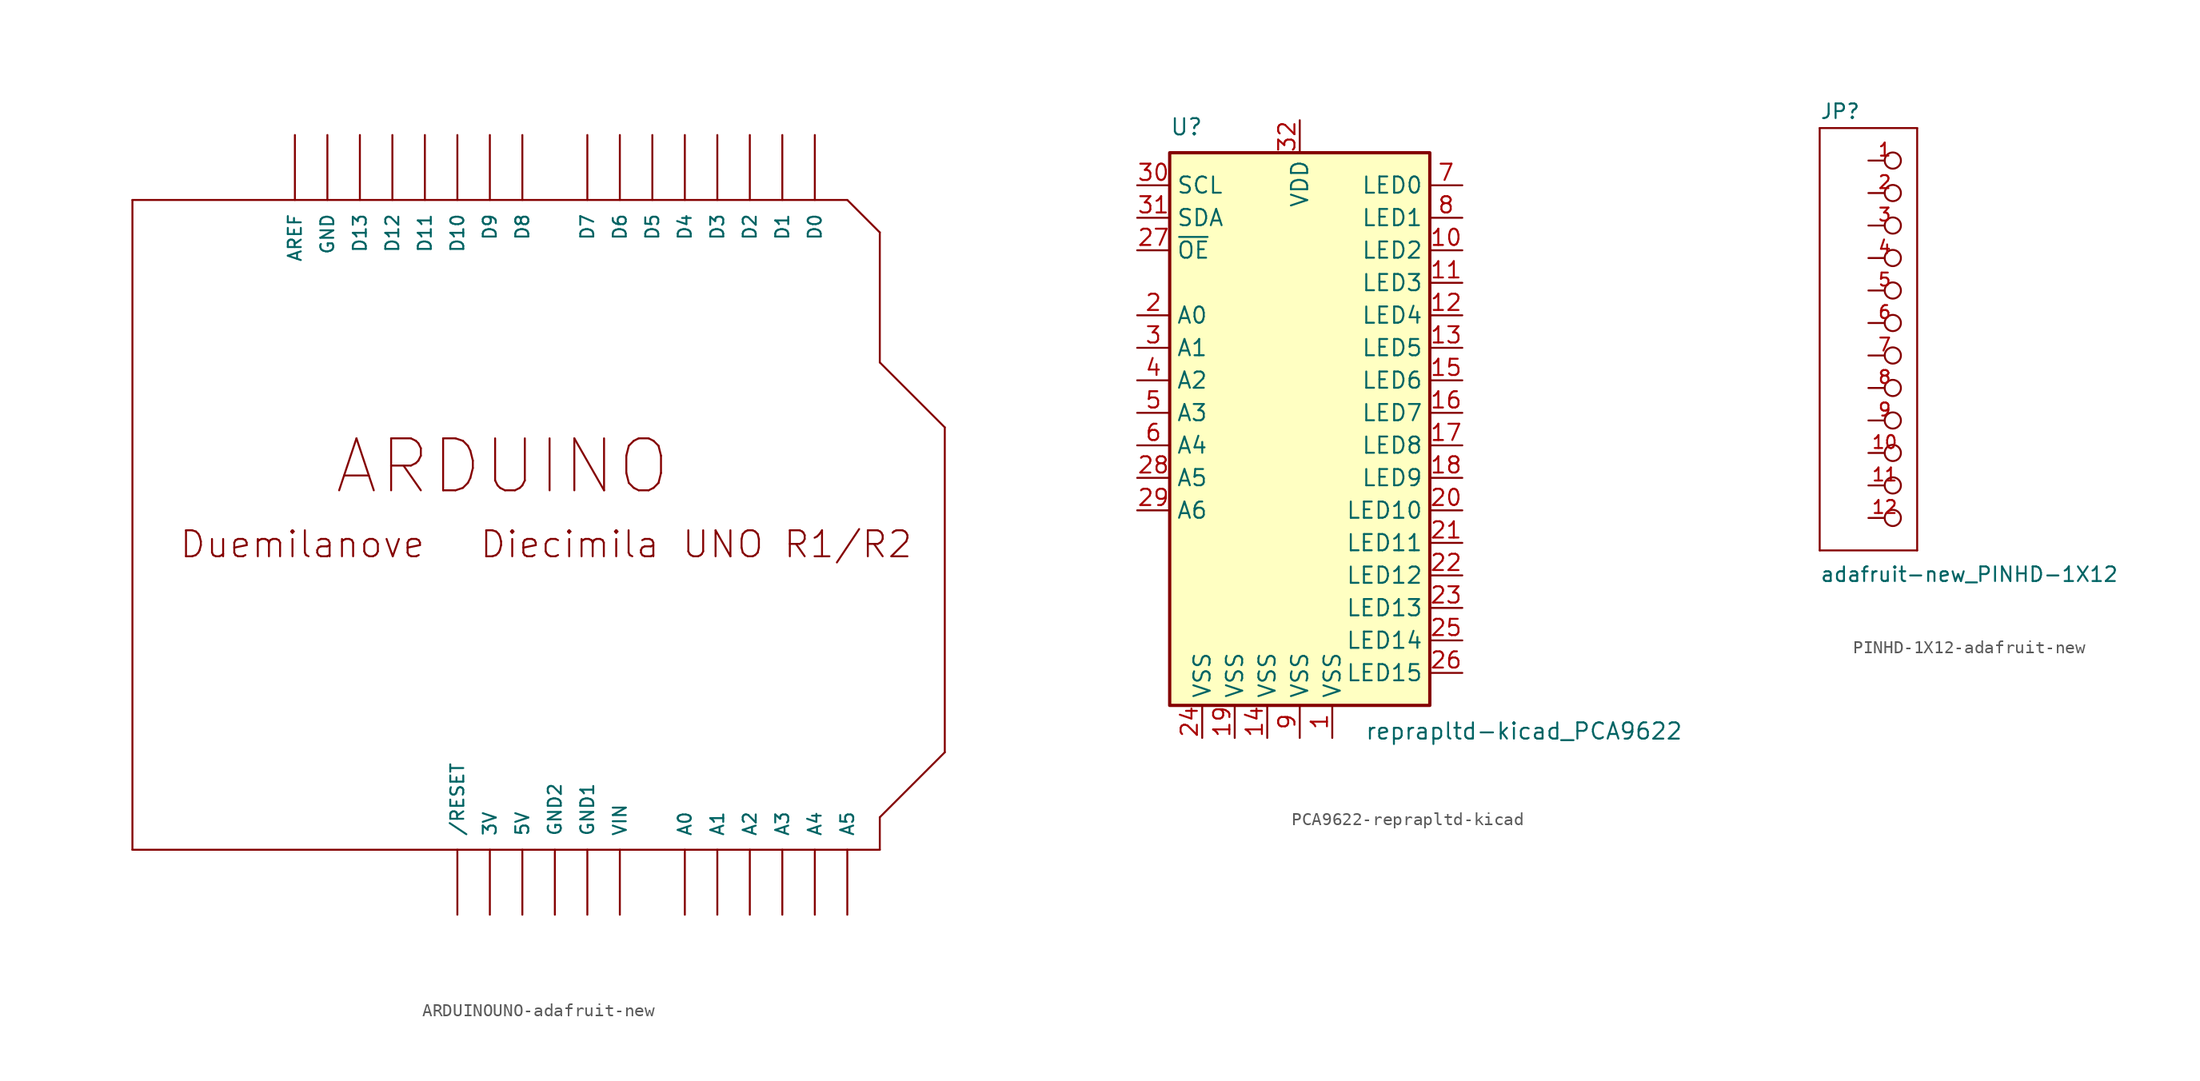
<source format=kicad_sym>
(kicad_symbol_lib
  (version 20220914)
  (generator kicad_symbol_editor)
  (symbol "ARDUINOUNO-adafruit-new"
    (pin_numbers hide)
    (pin_names
      (offset 1.016))
    (property "Reference" "M"
      (at 0 0 0)
      (effects (font (size 1.143 1.143)) hide))
    (property "ki_locked" ""
      (at 0 0 0)
      (effects (font (size 1.27 1.27))))
    (symbol "ARDUINOUNO-adafruit-new_1_0"
      (polyline (pts (xy -22.86 -27.94) (xy 35.56 -27.94)) (stroke (width 0) (type solid)) (fill (type none)))
      (polyline (pts (xy -22.86 22.86) (xy -22.86 -27.94)) (stroke (width 0) (type solid)) (fill (type none)))
      (polyline (pts (xy 33.02 22.86) (xy -22.86 22.86)) (stroke (width 0) (type solid)) (fill (type none)))
      (polyline (pts (xy 35.56 -27.94) (xy 35.56 -25.4)) (stroke (width 0) (type solid)) (fill (type none)))
      (polyline (pts (xy 35.56 -25.4) (xy 40.64 -20.32)) (stroke (width 0) (type solid)) (fill (type none)))
      (polyline (pts (xy 35.56 10.16) (xy 35.56 20.32)) (stroke (width 0) (type solid)) (fill (type none)))
      (polyline (pts (xy 35.56 20.32) (xy 33.02 22.86)) (stroke (width 0) (type solid)) (fill (type none)))
      (polyline (pts (xy 40.64 -20.32) (xy 40.64 5.08)) (stroke (width 0) (type solid)) (fill (type none)))
      (polyline (pts (xy 40.64 5.08) (xy 35.56 10.16)) (stroke (width 0) (type solid)) (fill (type none)))
      (text "ARDUINO" (at 6.071 2.032 0) (effects (font (size 4.064 4.064))))
      (text "Diecimila" (at 11.328 -4.064 0) (effects (font (size 2.032 2.032))))
      (text "Duemilanove" (at -9.576 -4.064 0) (effects (font (size 2.032 2.032))))
      (text "UNO R1/R2" (at 29.108 -4.064 0) (effects (font (size 2.032 2.032)))))
    (symbol "ARDUINOUNO-adafruit-new_1_1"
      (pin power_in line (at 5.08 -33.02 90) (length 5.08) (name "3V" (effects (font (size 1.016 1.016)))) (number "3V" (effects (font (size 1.016 1.016)))))
      (pin power_in line (at 7.62 -33.02 90) (length 5.08) (name "5V" (effects (font (size 1.016 1.016)))) (number "5V" (effects (font (size 1.016 1.016)))))
      (pin bidirectional line (at 20.32 -33.02 90) (length 5.08) (name "A0" (effects (font (size 1.016 1.016)))) (number "A0" (effects (font (size 1.016 1.016)))))
      (pin bidirectional line (at 22.86 -33.02 90) (length 5.08) (name "A1" (effects (font (size 1.016 1.016)))) (number "A1" (effects (font (size 1.016 1.016)))))
      (pin bidirectional line (at 25.4 -33.02 90) (length 5.08) (name "A2" (effects (font (size 1.016 1.016)))) (number "A2" (effects (font (size 1.016 1.016)))))
      (pin bidirectional line (at 27.94 -33.02 90) (length 5.08) (name "A3" (effects (font (size 1.016 1.016)))) (number "A3" (effects (font (size 1.016 1.016)))))
      (pin bidirectional line (at 30.48 -33.02 90) (length 5.08) (name "A4" (effects (font (size 1.016 1.016)))) (number "A4" (effects (font (size 1.016 1.016)))))
      (pin bidirectional line (at 33.02 -33.02 90) (length 5.08) (name "A5" (effects (font (size 1.016 1.016)))) (number "A5" (effects (font (size 1.016 1.016)))))
      (pin bidirectional line (at -10.16 27.94 270) (length 5.08) (name "AREF" (effects (font (size 1.016 1.016)))) (number "AREF" (effects (font (size 1.016 1.016)))))
      (pin bidirectional line (at 30.48 27.94 270) (length 5.08) (name "D0" (effects (font (size 1.016 1.016)))) (number "D0" (effects (font (size 1.016 1.016)))))
      (pin bidirectional line (at 27.94 27.94 270) (length 5.08) (name "D1" (effects (font (size 1.016 1.016)))) (number "D1" (effects (font (size 1.016 1.016)))))
      (pin bidirectional line (at 2.54 27.94 270) (length 5.08) (name "D10" (effects (font (size 1.016 1.016)))) (number "D10" (effects (font (size 1.016 1.016)))))
      (pin bidirectional line (at 0 27.94 270) (length 5.08) (name "D11" (effects (font (size 1.016 1.016)))) (number "D11" (effects (font (size 1.016 1.016)))))
      (pin bidirectional line (at -2.54 27.94 270) (length 5.08) (name "D12" (effects (font (size 1.016 1.016)))) (number "D12" (effects (font (size 1.016 1.016)))))
      (pin bidirectional line (at -5.08 27.94 270) (length 5.08) (name "D13" (effects (font (size 1.016 1.016)))) (number "D13" (effects (font (size 1.016 1.016)))))
      (pin bidirectional line (at 25.4 27.94 270) (length 5.08) (name "D2" (effects (font (size 1.016 1.016)))) (number "D2" (effects (font (size 1.016 1.016)))))
      (pin bidirectional line (at 22.86 27.94 270) (length 5.08) (name "D3" (effects (font (size 1.016 1.016)))) (number "D3" (effects (font (size 1.016 1.016)))))
      (pin bidirectional line (at 20.32 27.94 270) (length 5.08) (name "D4" (effects (font (size 1.016 1.016)))) (number "D4" (effects (font (size 1.016 1.016)))))
      (pin bidirectional line (at 17.78 27.94 270) (length 5.08) (name "D5" (effects (font (size 1.016 1.016)))) (number "D5" (effects (font (size 1.016 1.016)))))
      (pin bidirectional line (at 15.24 27.94 270) (length 5.08) (name "D6" (effects (font (size 1.016 1.016)))) (number "D6" (effects (font (size 1.016 1.016)))))
      (pin bidirectional line (at 12.7 27.94 270) (length 5.08) (name "D7" (effects (font (size 1.016 1.016)))) (number "D7" (effects (font (size 1.016 1.016)))))
      (pin bidirectional line (at 7.62 27.94 270) (length 5.08) (name "D8" (effects (font (size 1.016 1.016)))) (number "D8" (effects (font (size 1.016 1.016)))))
      (pin bidirectional line (at 5.08 27.94 270) (length 5.08) (name "D9" (effects (font (size 1.016 1.016)))) (number "D9" (effects (font (size 1.016 1.016)))))
      (pin power_in line (at -7.62 27.94 270) (length 5.08) (name "GND" (effects (font (size 1.016 1.016)))) (number "GND" (effects (font (size 1.016 1.016)))))
      (pin power_in line (at 12.7 -33.02 90) (length 5.08) (name "GND1" (effects (font (size 1.016 1.016)))) (number "GND1" (effects (font (size 1.016 1.016)))))
      (pin power_in line (at 10.16 -33.02 90) (length 5.08) (name "GND2" (effects (font (size 1.016 1.016)))) (number "GND2" (effects (font (size 1.016 1.016)))))
      (pin bidirectional line (at 2.54 -33.02 90) (length 5.08) (name "/RESET" (effects (font (size 1.016 1.016)))) (number "RESET" (effects (font (size 1.016 1.016)))))
      (pin power_in line (at 15.24 -33.02 90) (length 5.08) (name "VIN" (effects (font (size 1.016 1.016)))) (number "VIN" (effects (font (size 1.016 1.016)))))))
  (symbol "PCA9622-reprapltd-kicad"
    (property "Reference" "U"
      (at -10.16 24.13 0)
      (effects (font (size 1.27 1.27)) (justify left bottom)))
    (property "Value" "reprapltd-kicad_PCA9622"
      (at 5.08 -21.59 0)
      (effects (font (size 1.27 1.27)) (justify left top)))
    (symbol "PCA9622-reprapltd-kicad_0_1"
      (rectangle (start -10.16 22.86) (end 10.16 -20.32) (stroke (width 0.254) (type solid)) (fill (type background))))
    (symbol "PCA9622-reprapltd-kicad_1_1"
      (pin power_in line (at 2.54 -22.86 90) (length 2.54) (name "VSS" (effects (font (size 1.27 1.27)))) (number "1" (effects (font (size 1.27 1.27)))))
      (pin output line (at 12.7 15.24 180) (length 2.54) (name "LED2" (effects (font (size 1.27 1.27)))) (number "10" (effects (font (size 1.27 1.27)))))
      (pin output line (at 12.7 12.7 180) (length 2.54) (name "LED3" (effects (font (size 1.27 1.27)))) (number "11" (effects (font (size 1.27 1.27)))))
      (pin output line (at 12.7 10.16 180) (length 2.54) (name "LED4" (effects (font (size 1.27 1.27)))) (number "12" (effects (font (size 1.27 1.27)))))
      (pin output line (at 12.7 7.62 180) (length 2.54) (name "LED5" (effects (font (size 1.27 1.27)))) (number "13" (effects (font (size 1.27 1.27)))))
      (pin power_in line (at -2.54 -22.86 90) (length 2.54) (name "VSS" (effects (font (size 1.27 1.27)))) (number "14" (effects (font (size 1.27 1.27)))))
      (pin output line (at 12.7 5.08 180) (length 2.54) (name "LED6" (effects (font (size 1.27 1.27)))) (number "15" (effects (font (size 1.27 1.27)))))
      (pin output line (at 12.7 2.54 180) (length 2.54) (name "LED7" (effects (font (size 1.27 1.27)))) (number "16" (effects (font (size 1.27 1.27)))))
      (pin output line (at 12.7 0 180) (length 2.54) (name "LED8" (effects (font (size 1.27 1.27)))) (number "17" (effects (font (size 1.27 1.27)))))
      (pin output line (at 12.7 -2.54 180) (length 2.54) (name "LED9" (effects (font (size 1.27 1.27)))) (number "18" (effects (font (size 1.27 1.27)))))
      (pin power_in line (at -5.08 -22.86 90) (length 2.54) (name "VSS" (effects (font (size 1.27 1.27)))) (number "19" (effects (font (size 1.27 1.27)))))
      (pin input line (at -12.7 10.16 0) (length 2.54) (name "A0" (effects (font (size 1.27 1.27)))) (number "2" (effects (font (size 1.27 1.27)))))
      (pin output line (at 12.7 -5.08 180) (length 2.54) (name "LED10" (effects (font (size 1.27 1.27)))) (number "20" (effects (font (size 1.27 1.27)))))
      (pin output line (at 12.7 -7.62 180) (length 2.54) (name "LED11" (effects (font (size 1.27 1.27)))) (number "21" (effects (font (size 1.27 1.27)))))
      (pin output line (at 12.7 -10.16 180) (length 2.54) (name "LED12" (effects (font (size 1.27 1.27)))) (number "22" (effects (font (size 1.27 1.27)))))
      (pin output line (at 12.7 -12.7 180) (length 2.54) (name "LED13" (effects (font (size 1.27 1.27)))) (number "23" (effects (font (size 1.27 1.27)))))
      (pin power_in line (at -7.62 -22.86 90) (length 2.54) (name "VSS" (effects (font (size 1.27 1.27)))) (number "24" (effects (font (size 1.27 1.27)))))
      (pin output line (at 12.7 -15.24 180) (length 2.54) (name "LED14" (effects (font (size 1.27 1.27)))) (number "25" (effects (font (size 1.27 1.27)))))
      (pin output line (at 12.7 -17.78 180) (length 2.54) (name "LED15" (effects (font (size 1.27 1.27)))) (number "26" (effects (font (size 1.27 1.27)))))
      (pin input line (at -12.7 15.24 0) (length 2.54) (name "~{OE}" (effects (font (size 1.27 1.27)))) (number "27" (effects (font (size 1.27 1.27)))))
      (pin input line (at -12.7 -2.54 0) (length 2.54) (name "A5" (effects (font (size 1.27 1.27)))) (number "28" (effects (font (size 1.27 1.27)))))
      (pin input line (at -12.7 -5.08 0) (length 2.54) (name "A6" (effects (font (size 1.27 1.27)))) (number "29" (effects (font (size 1.27 1.27)))))
      (pin input line (at -12.7 7.62 0) (length 2.54) (name "A1" (effects (font (size 1.27 1.27)))) (number "3" (effects (font (size 1.27 1.27)))))
      (pin input line (at -12.7 20.32 0) (length 2.54) (name "SCL" (effects (font (size 1.27 1.27)))) (number "30" (effects (font (size 1.27 1.27)))))
      (pin bidirectional line (at -12.7 17.78 0) (length 2.54) (name "SDA" (effects (font (size 1.27 1.27)))) (number "31" (effects (font (size 1.27 1.27)))))
      (pin power_in line (at 0 25.4 270) (length 2.54) (name "VDD" (effects (font (size 1.27 1.27)))) (number "32" (effects (font (size 1.27 1.27)))))
      (pin input line (at -12.7 5.08 0) (length 2.54) (name "A2" (effects (font (size 1.27 1.27)))) (number "4" (effects (font (size 1.27 1.27)))))
      (pin input line (at -12.7 2.54 0) (length 2.54) (name "A3" (effects (font (size 1.27 1.27)))) (number "5" (effects (font (size 1.27 1.27)))))
      (pin input line (at -12.7 0 0) (length 2.54) (name "A4" (effects (font (size 1.27 1.27)))) (number "6" (effects (font (size 1.27 1.27)))))
      (pin output line (at 12.7 20.32 180) (length 2.54) (name "LED0" (effects (font (size 1.27 1.27)))) (number "7" (effects (font (size 1.27 1.27)))))
      (pin output line (at 12.7 17.78 180) (length 2.54) (name "LED1" (effects (font (size 1.27 1.27)))) (number "8" (effects (font (size 1.27 1.27)))))
      (pin power_in line (at 0 -22.86 90) (length 2.54) (name "VSS" (effects (font (size 1.27 1.27)))) (number "9" (effects (font (size 1.27 1.27)))))))
  (symbol "PINHD-1X12-adafruit-new"
    (pin_names
      (offset 1.016) hide)
    (property "Reference" "JP"
      (at -6.35 15.875 0)
      (effects (font (size 1.143 1.143)) (justify left bottom)))
    (property "Value" "adafruit-new_PINHD-1X12"
      (at -6.35 -20.32 0)
      (effects (font (size 1.143 1.143)) (justify left bottom)))
    (property "ki_locked" ""
      (at 0 0 0)
      (effects (font (size 1.27 1.27))))
    (symbol "PINHD-1X12-adafruit-new_1_0"
      (polyline (pts (xy -6.35 -17.78) (xy 1.27 -17.78)) (stroke (width 0) (type solid)) (fill (type none)))
      (polyline (pts (xy -6.35 15.24) (xy -6.35 -17.78)) (stroke (width 0) (type solid)) (fill (type none)))
      (polyline (pts (xy 1.27 -17.78) (xy 1.27 15.24)) (stroke (width 0) (type solid)) (fill (type none)))
      (polyline (pts (xy 1.27 15.24) (xy -6.35 15.24)) (stroke (width 0) (type solid)) (fill (type none))))
    (symbol "PINHD-1X12-adafruit-new_1_1"
      (pin passive inverted (at -2.54 12.7 0) (length 2.54) (name "1" (effects (font (size 1.016 1.016)))) (number "1" (effects (font (size 1.016 1.016)))))
      (pin passive inverted (at -2.54 -10.16 0) (length 2.54) (name "10" (effects (font (size 1.016 1.016)))) (number "10" (effects (font (size 1.016 1.016)))))
      (pin passive inverted (at -2.54 -12.7 0) (length 2.54) (name "11" (effects (font (size 1.016 1.016)))) (number "11" (effects (font (size 1.016 1.016)))))
      (pin passive inverted (at -2.54 -15.24 0) (length 2.54) (name "12" (effects (font (size 1.016 1.016)))) (number "12" (effects (font (size 1.016 1.016)))))
      (pin passive inverted (at -2.54 10.16 0) (length 2.54) (name "2" (effects (font (size 1.016 1.016)))) (number "2" (effects (font (size 1.016 1.016)))))
      (pin passive inverted (at -2.54 7.62 0) (length 2.54) (name "3" (effects (font (size 1.016 1.016)))) (number "3" (effects (font (size 1.016 1.016)))))
      (pin passive inverted (at -2.54 5.08 0) (length 2.54) (name "4" (effects (font (size 1.016 1.016)))) (number "4" (effects (font (size 1.016 1.016)))))
      (pin passive inverted (at -2.54 2.54 0) (length 2.54) (name "5" (effects (font (size 1.016 1.016)))) (number "5" (effects (font (size 1.016 1.016)))))
      (pin passive inverted (at -2.54 0 0) (length 2.54) (name "6" (effects (font (size 1.016 1.016)))) (number "6" (effects (font (size 1.016 1.016)))))
      (pin passive inverted (at -2.54 -2.54 0) (length 2.54) (name "7" (effects (font (size 1.016 1.016)))) (number "7" (effects (font (size 1.016 1.016)))))
      (pin passive inverted (at -2.54 -5.08 0) (length 2.54) (name "8" (effects (font (size 1.016 1.016)))) (number "8" (effects (font (size 1.016 1.016)))))
      (pin passive inverted (at -2.54 -7.62 0) (length 2.54) (name "9" (effects (font (size 1.016 1.016)))) (number "9" (effects (font (size 1.016 1.016))))))))
</source>
